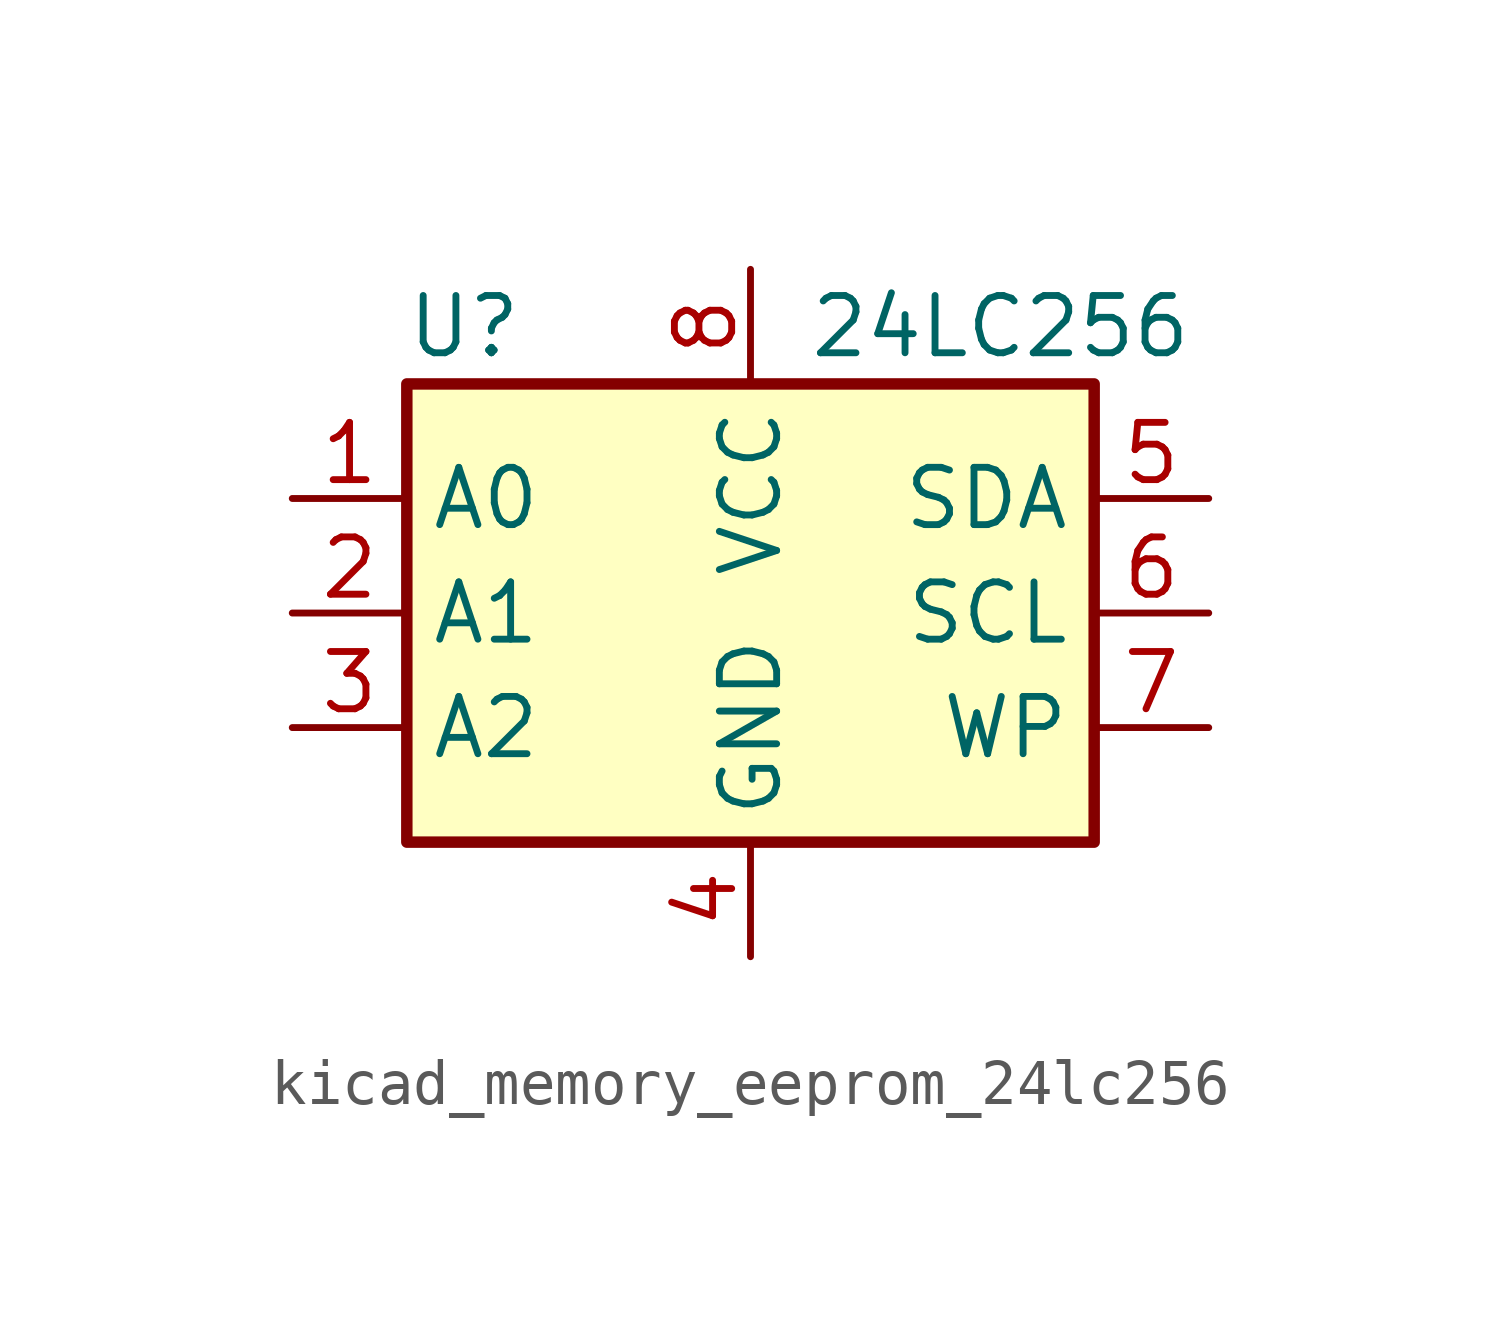
<source format=kicad_sym>
(kicad_symbol_lib
  (version 20220914)
  (generator kicad_symbol_editor)
  (symbol "kicad_memory_eeprom_24lc256"
    (property "Reference" "U"
      (at -6.35 6.35 0)
      (effects (font (size 1.27 1.27))))
    (property "Value" "24LC256"
      (at 1.27 6.35 0)
      (effects (font (size 1.27 1.27)) (justify left)))
    (symbol "kicad_memory_eeprom_24lc256_1_1"
      (rectangle (start -7.62 5.08) (end 7.62 -5.08) (stroke (width 0.254) (type default)) (fill (type background)))
      (pin input line (at -10.16 2.54 0) (length 2.54) (name "A0" (effects (font (size 1.27 1.27)))) (number "1" (effects (font (size 1.27 1.27)))))
      (pin input line (at -10.16 0 0) (length 2.54) (name "A1" (effects (font (size 1.27 1.27)))) (number "2" (effects (font (size 1.27 1.27)))))
      (pin input line (at -10.16 -2.54 0) (length 2.54) (name "A2" (effects (font (size 1.27 1.27)))) (number "3" (effects (font (size 1.27 1.27)))))
      (pin power_in line (at 0 -7.62 90) (length 2.54) (name "GND" (effects (font (size 1.27 1.27)))) (number "4" (effects (font (size 1.27 1.27)))))
      (pin bidirectional line (at 10.16 2.54 180) (length 2.54) (name "SDA" (effects (font (size 1.27 1.27)))) (number "5" (effects (font (size 1.27 1.27)))))
      (pin input line (at 10.16 0 180) (length 2.54) (name "SCL" (effects (font (size 1.27 1.27)))) (number "6" (effects (font (size 1.27 1.27)))))
      (pin input line (at 10.16 -2.54 180) (length 2.54) (name "WP" (effects (font (size 1.27 1.27)))) (number "7" (effects (font (size 1.27 1.27)))))
      (pin power_in line (at 0 7.62 270) (length 2.54) (name "VCC" (effects (font (size 1.27 1.27)))) (number "8" (effects (font (size 1.27 1.27))))))))
</source>
